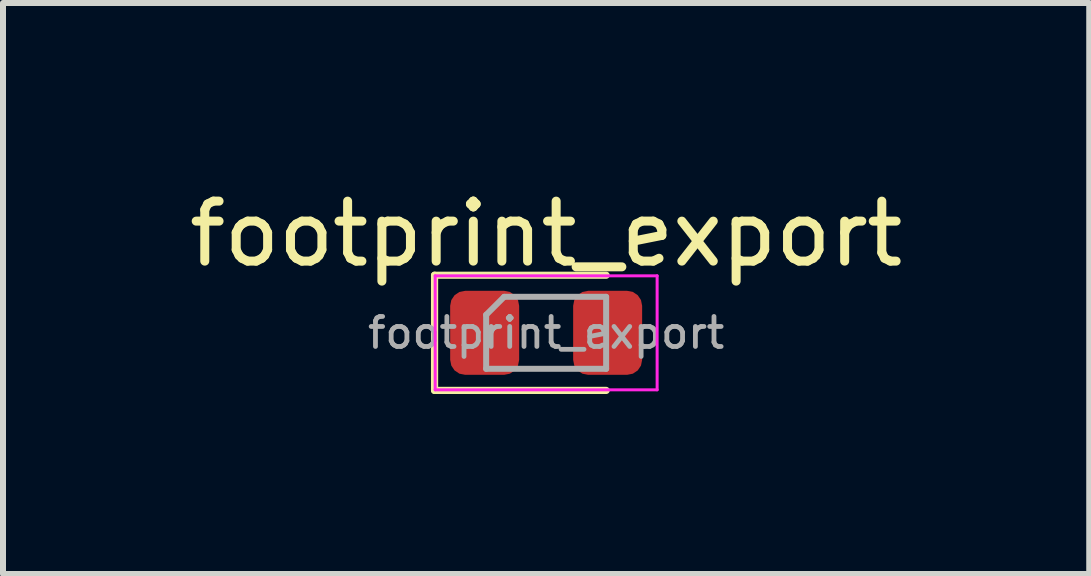
<source format=kicad_pcb>
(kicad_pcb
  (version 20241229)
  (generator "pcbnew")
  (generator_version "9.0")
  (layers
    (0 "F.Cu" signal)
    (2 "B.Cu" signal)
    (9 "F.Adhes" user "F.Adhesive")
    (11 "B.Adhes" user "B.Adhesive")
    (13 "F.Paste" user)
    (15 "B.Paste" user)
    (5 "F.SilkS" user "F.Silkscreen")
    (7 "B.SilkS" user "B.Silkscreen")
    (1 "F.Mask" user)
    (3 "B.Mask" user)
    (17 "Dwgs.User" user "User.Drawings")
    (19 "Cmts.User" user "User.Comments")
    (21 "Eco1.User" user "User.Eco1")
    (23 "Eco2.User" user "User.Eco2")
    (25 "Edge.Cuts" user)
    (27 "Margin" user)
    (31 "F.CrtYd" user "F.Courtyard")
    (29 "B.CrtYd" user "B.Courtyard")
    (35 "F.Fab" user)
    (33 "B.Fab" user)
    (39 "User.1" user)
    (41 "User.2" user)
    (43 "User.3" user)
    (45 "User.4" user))
  (footprint "footprint_export"
    (layer "F.Cu")
    (at 6.054 2.498)
    (property "Reference" "footprint_export" (at 0 -1.65 0) (layer "F.SilkS") (effects (font (size 1 1) (thickness 0.15))))
    (attr smd)
    (fp_line (start -1.86 -0.96) (end -1.86 0.96) (stroke (width 0.12) (type solid)) (layer "F.SilkS"))
    (fp_line (start -1.86 0.96) (end 1 0.96) (stroke (width 0.12) (type solid)) (layer "F.SilkS"))
    (fp_line (start 1 -0.96) (end -1.86 -0.96) (stroke (width 0.12) (type solid)) (layer "F.SilkS"))
    (fp_line (start -1.85 -0.95) (end 1.85 -0.95) (stroke (width 0.05) (type solid)) (layer "F.CrtYd"))
    (fp_line (start -1.85 0.95) (end -1.85 -0.95) (stroke (width 0.05) (type solid)) (layer "F.CrtYd"))
    (fp_line (start 1.85 -0.95) (end 1.85 0.95) (stroke (width 0.05) (type solid)) (layer "F.CrtYd"))
    (fp_line (start 1.85 0.95) (end -1.85 0.95) (stroke (width 0.05) (type solid)) (layer "F.CrtYd"))
    (fp_line (start -1 -0.3) (end -1 0.6) (stroke (width 0.1) (type solid)) (layer "F.Fab"))
    (fp_line (start -1 0.6) (end 1 0.6) (stroke (width 0.1) (type solid)) (layer "F.Fab"))
    (fp_line (start -0.7 -0.6) (end -1 -0.3) (stroke (width 0.1) (type solid)) (layer "F.Fab"))
    (fp_line (start 1 -0.6) (end -0.7 -0.6) (stroke (width 0.1) (type solid)) (layer "F.Fab"))
    (fp_line (start 1 0.6) (end 1 -0.6) (stroke (width 0.1) (type solid)) (layer "F.Fab"))
    (fp_text user "${REFERENCE}" (at 0 0 0) (layer "F.Fab") (effects (font (size 0.5 0.5) (thickness 0.08))))
    (pad "1" smd roundrect (at -1.025 0) (size 1.15 1.4) (layers "F.Cu" "F.Mask" "F.Paste") (roundrect_rratio 0.217))
    (pad "2" smd roundrect (at 1.025 0) (size 1.15 1.4) (layers "F.Cu" "F.Mask" "F.Paste") (roundrect_rratio 0.217)))
  (gr_rect
    (start -3 -3)
    (end 15.107 6.518)
    (stroke (width 0.1) (type default))
    (fill no)
    (layer "Edge.Cuts")))
</source>
